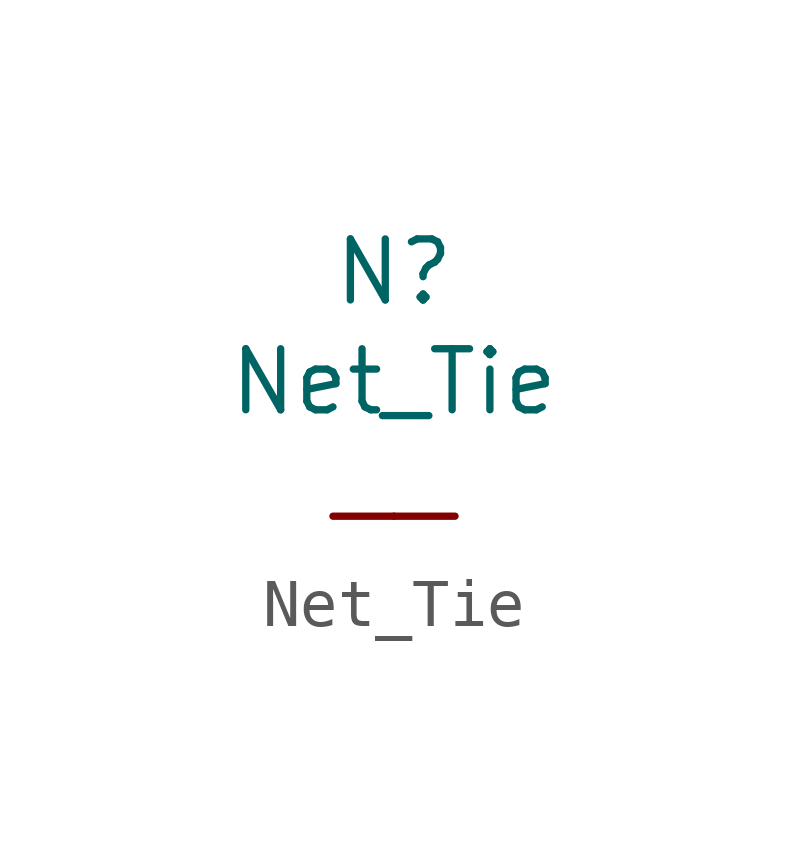
<source format=kicad_sym>
(kicad_symbol_lib
  (version 20211014)
  (generator kicad_symbol_editor)
  (symbol "Net_Tie"
    (pin_numbers hide)
    (pin_names
      (offset 0) hide)
    (property "Reference" "N"
      (at 0 5.08 0)
      (effects (font (size 1.27 1.27))))
    (property "Value" "Net_Tie"
      (at 0 2.794 0)
      (effects (font (size 1.27 1.27))))
    (symbol "Net_Tie_1_1"
      (pin passive line (at -1.27 0 0) (length 1.27) (name "A" (effects (font (size 1.27 1.27)))) (number "1" (effects (font (size 1.27 1.27)))))
      (pin passive line (at 1.27 0 180) (length 1.27) (name "C" (effects (font (size 1.27 1.27)))) (number "2" (effects (font (size 1.27 1.27))))))))
</source>
